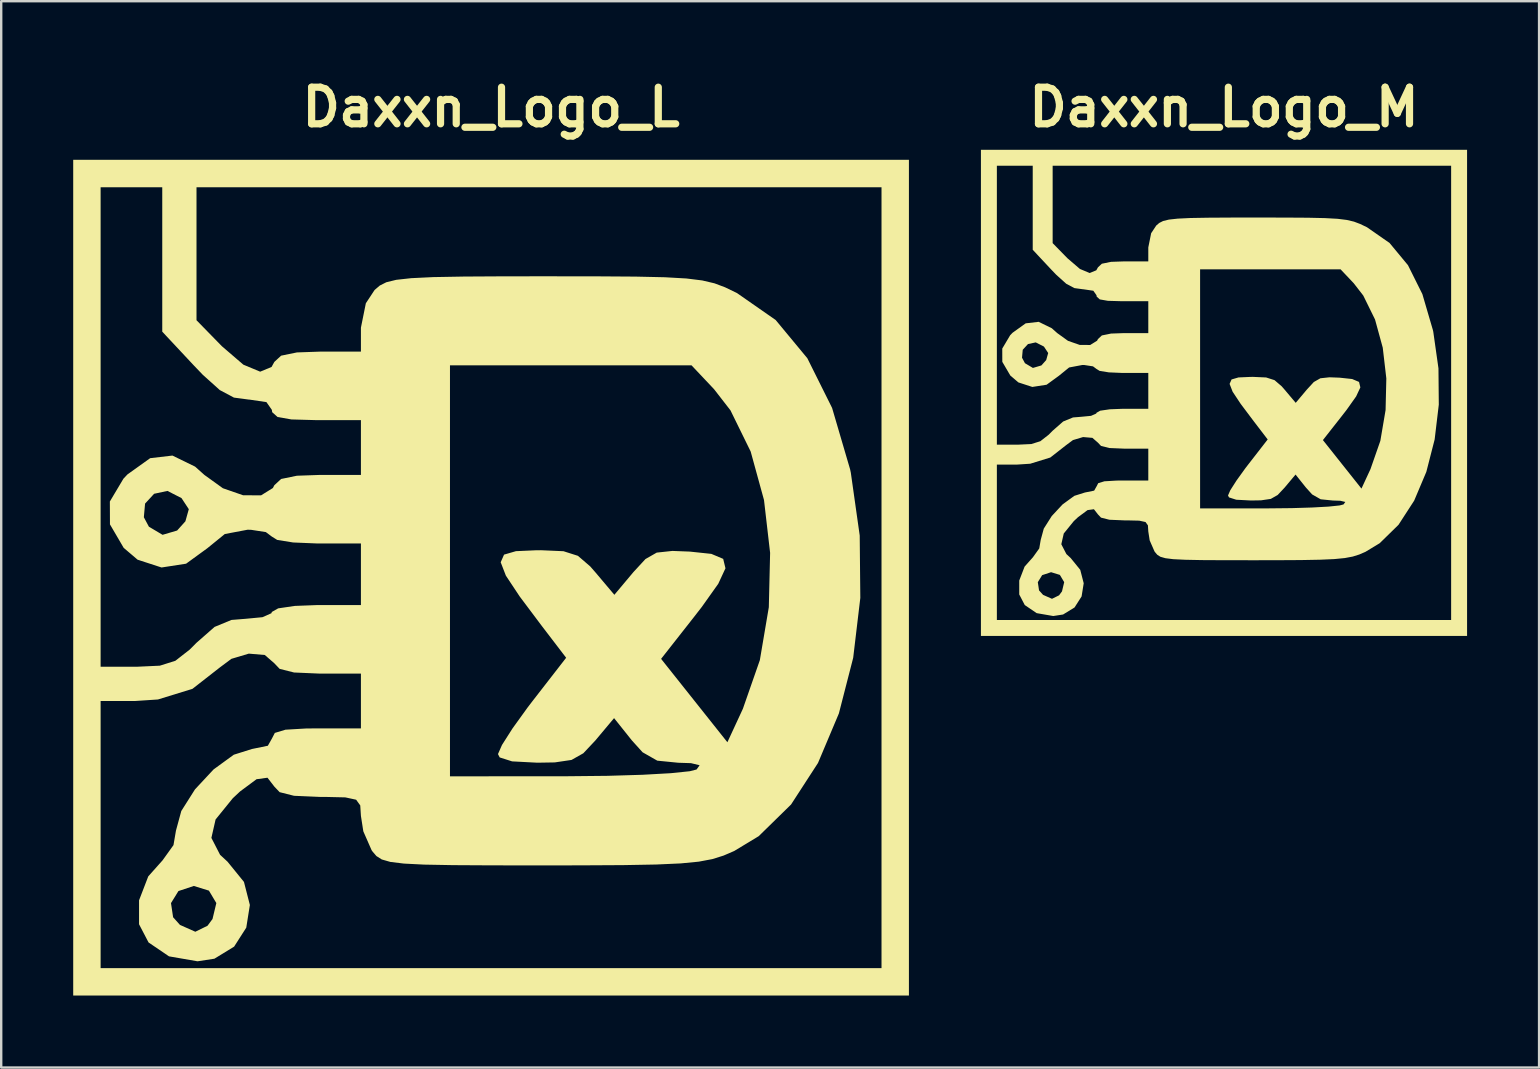
<source format=kicad_pcb>
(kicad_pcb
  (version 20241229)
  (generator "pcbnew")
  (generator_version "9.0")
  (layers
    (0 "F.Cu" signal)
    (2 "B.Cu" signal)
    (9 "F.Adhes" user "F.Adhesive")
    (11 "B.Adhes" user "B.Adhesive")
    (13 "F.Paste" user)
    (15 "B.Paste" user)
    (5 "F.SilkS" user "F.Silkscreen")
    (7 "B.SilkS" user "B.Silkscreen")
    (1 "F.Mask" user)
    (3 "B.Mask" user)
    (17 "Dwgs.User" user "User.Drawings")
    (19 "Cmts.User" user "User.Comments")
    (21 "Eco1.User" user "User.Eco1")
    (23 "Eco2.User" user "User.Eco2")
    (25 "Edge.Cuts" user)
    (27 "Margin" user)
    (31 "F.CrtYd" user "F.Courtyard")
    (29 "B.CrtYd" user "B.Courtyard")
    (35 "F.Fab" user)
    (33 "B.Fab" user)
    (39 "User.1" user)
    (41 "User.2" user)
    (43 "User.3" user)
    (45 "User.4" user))
  (footprint "Daxxn_Logo_M"
    (layer "F.Cu")
    (at 47.945 13.318)
    (property "Reference" "Daxxn_Logo_M" (at 0 -11.9 0) (layer "F.SilkS") (effects (font (size 1.524 1.524) (thickness 0.3))))
    (attr board_only exclude_from_pos_files exclude_from_bom)
    (fp_poly (pts (xy 10.127 10.127) (xy -10.127 10.127) (xy -10.127 9.463) (xy -9.463 9.463) (xy 9.463 9.463) (xy 9.463 -9.463) (xy -7.139 -9.463) (xy -7.139 -6.239) (xy -6.524 -5.61) (xy -6.003 -5.163) (xy -5.596 -4.993) (xy -5.32 -5.107) (xy -5.252 -5.229) (xy -5.088 -5.381) (xy -4.705 -5.459) (xy -4.156 -5.478) (xy -3.154 -5.478) (xy -3.154 -6.059) (xy -3.035 -6.651) (xy -2.822 -6.973) (xy -2.698 -7.079) (xy -2.538 -7.16) (xy -2.297 -7.219) (xy -1.934 -7.259) (xy -1.403 -7.285) (xy -0.662 -7.298) (xy 0.333 -7.304) (xy 1.334 -7.305) (xy 2.56 -7.303) (xy 3.503 -7.297) (xy 4.211 -7.281) (xy 4.734 -7.252) (xy 5.119 -7.204) (xy 5.415 -7.134) (xy 5.671 -7.037) (xy 5.937 -6.91) (xy 5.96 -6.898) (xy 6.898 -6.245) (xy 7.665 -5.319) (xy 8.265 -4.114) (xy 8.701 -2.625) (xy 8.719 -2.546) (xy 8.935 -1.021) (xy 8.949 0.49) (xy 8.776 1.942) (xy 8.43 3.29) (xy 7.923 4.49) (xy 7.271 5.496) (xy 6.486 6.264) (xy 5.893 6.623) (xy 5.634 6.735) (xy 5.364 6.82) (xy 5.033 6.882) (xy 4.595 6.925) (xy 4.002 6.951) (xy 3.205 6.966) (xy 2.158 6.972) (xy 1.256 6.973) (xy 0.022 6.972) (xy -0.923 6.967) (xy -1.62 6.953) (xy -2.112 6.929) (xy -2.441 6.888) (xy -2.649 6.829) (xy -2.779 6.746) (xy -2.872 6.637) (xy -2.896 6.604) (xy -3.096 6.147) (xy -3.154 5.774) (xy -3.17 5.519) (xy -3.27 5.381) (xy -3.532 5.324) (xy -4.034 5.312) (xy -4.156 5.312) (xy -4.775 5.286) (xy -5.124 5.198) (xy -5.252 5.063) (xy -5.419 4.848) (xy -5.684 4.884) (xy -6.084 5.181) (xy -6.259 5.345) (xy -6.676 5.859) (xy -6.778 6.306) (xy -6.567 6.715) (xy -6.386 6.883) (xy -5.989 7.373) (xy -5.845 7.932) (xy -5.933 8.481) (xy -6.227 8.941) (xy -6.705 9.234) (xy -7.114 9.297) (xy -7.805 9.177) (xy -8.301 8.84) (xy -8.531 8.399) (xy -8.531 7.887) (xy -7.757 7.887) (xy -7.706 8.229) (xy -7.539 8.415) (xy -7.167 8.58) (xy -6.872 8.435) (xy -6.75 8.272) (xy -6.658 7.886) (xy -6.838 7.584) (xy -7.205 7.471) (xy -7.576 7.594) (xy -7.757 7.887) (xy -8.531 7.887) (xy -8.531 7.819) (xy -8.308 7.239) (xy -7.961 6.849) (xy -7.697 6.481) (xy -7.637 6.129) (xy -7.508 5.655) (xy -7.176 5.131) (xy -6.881 4.814) (xy -0.996 4.814) (xy 1.868 4.812) (xy 2.823 4.802) (xy 3.674 4.776) (xy 4.358 4.738) (xy 4.817 4.69) (xy 4.98 4.648) (xy 5.054 4.545) (xy 4.845 4.495) (xy 4.536 4.485) (xy 4.028 4.434) (xy 3.672 4.231) (xy 3.412 3.943) (xy 2.981 3.403) (xy 2.528 3.944) (xy 2.236 4.255) (xy 1.95 4.417) (xy 1.544 4.477) (xy 1.121 4.484) (xy 0.51 4.452) (xy 0.209 4.355) (xy 0.167 4.275) (xy 0.264 4.054) (xy 0.521 3.652) (xy 0.886 3.145) (xy 0.994 3.004) (xy 1.82 1.941) (xy 1.236 1.178) (xy 0.693 0.455) (xy 0.359 -0.049) (xy 0.233 -0.374) (xy 0.315 -0.559) (xy 0.603 -0.643) (xy 1.099 -0.665) (xy 1.213 -0.666) (xy 1.755 -0.642) (xy 2.105 -0.53) (xy 2.404 -0.273) (xy 2.532 -0.126) (xy 2.988 0.415) (xy 3.449 -0.134) (xy 3.742 -0.452) (xy 4.015 -0.608) (xy 4.395 -0.649) (xy 4.818 -0.633) (xy 5.339 -0.577) (xy 5.626 -0.456) (xy 5.681 -0.228) (xy 5.506 0.147) (xy 5.105 0.712) (xy 4.903 0.972) (xy 4.121 1.967) (xy 4.924 2.978) (xy 5.727 3.988) (xy 6.103 3.176) (xy 6.514 1.998) (xy 6.732 0.716) (xy 6.763 -0.602) (xy 6.614 -1.883) (xy 6.292 -3.058) (xy 5.802 -4.055) (xy 5.405 -4.567) (xy 4.858 -5.146) (xy -0.996 -5.146) (xy -0.996 4.814) (xy -6.881 4.814) (xy -6.724 4.646) (xy -6.235 4.29) (xy -5.791 4.15) (xy -5.789 4.15) (xy -5.41 4.073) (xy -5.312 3.901) (xy -5.24 3.762) (xy -4.983 3.684) (xy -4.478 3.654) (xy -4.233 3.652) (xy -3.154 3.652) (xy -3.154 2.324) (xy -4.156 2.324) (xy -4.775 2.298) (xy -5.124 2.21) (xy -5.252 2.075) (xy -5.483 1.874) (xy -5.871 1.841) (xy -6.293 1.967) (xy -6.573 2.175) (xy -7.237 2.694) (xy -8.073 2.952) (xy -8.624 2.988) (xy -9.463 2.988) (xy -9.463 9.463) (xy -10.127 9.463) (xy -10.127 2.158) (xy -9.463 2.158) (xy -8.582 2.158) (xy -8.027 2.132) (xy -7.651 2.014) (xy -7.304 1.743) (xy -7.139 1.577) (xy -6.701 1.193) (xy -6.291 1.024) (xy -5.944 0.996) (xy -5.54 0.957) (xy -5.324 0.862) (xy -5.312 0.83) (xy -5.16 0.743) (xy -4.756 0.684) (xy -4.233 0.664) (xy -3.154 0.664) (xy -3.154 -0.83) (xy -4.233 -0.83) (xy -4.797 -0.854) (xy -5.183 -0.916) (xy -5.312 -0.996) (xy -5.458 -1.105) (xy -5.818 -1.16) (xy -5.901 -1.162) (xy -6.453 -1.058) (xy -6.876 -0.714) (xy -7.391 -0.339) (xy -7.986 -0.247) (xy -8.567 -0.436) (xy -8.903 -0.723) (xy -9.236 -1.292) (xy -9.237 -1.465) (xy -8.415 -1.465) (xy -8.293 -1.236) (xy -7.961 -1.039) (xy -7.608 -1.143) (xy -7.408 -1.366) (xy -7.325 -1.66) (xy -7.502 -1.929) (xy -7.843 -2.103) (xy -8.166 -2.034) (xy -8.385 -1.796) (xy -8.415 -1.465) (xy -9.237 -1.465) (xy -9.238 -1.847) (xy -8.91 -2.399) (xy -8.811 -2.503) (xy -8.262 -2.897) (xy -7.721 -2.96) (xy -7.174 -2.692) (xy -6.947 -2.49) (xy -6.5 -2.168) (xy -6.011 -1.998) (xy -5.575 -1.995) (xy -5.287 -2.173) (xy -5.252 -2.241) (xy -5.088 -2.393) (xy -4.705 -2.471) (xy -4.156 -2.49) (xy -3.154 -2.49) (xy -3.154 -3.818) (xy -4.233 -3.818) (xy -4.839 -3.835) (xy -5.175 -3.894) (xy -5.305 -4.011) (xy -5.312 -4.067) (xy -5.444 -4.255) (xy -5.858 -4.316) (xy -5.871 -4.316) (xy -6.232 -4.365) (xy -6.574 -4.547) (xy -6.987 -4.918) (xy -7.199 -5.139) (xy -7.969 -5.962) (xy -7.969 -9.463) (xy -9.463 -9.463) (xy -9.463 2.158) (xy -10.127 2.158) (xy -10.127 -10.127) (xy 10.127 -10.127)) (stroke (width 0) (type solid)) (fill yes) (layer "F.SilkS")))
  (footprint "Daxxn_Logo_L"
    (layer "F.Cu")
    (at 17.409 21.018)
    (property "Reference" "Daxxn_Logo_L" (at 0 -19.6 0) (layer "F.SilkS") (effects (font (size 1.524 1.524) (thickness 0.3))))
    (attr board_only exclude_from_pos_files exclude_from_bom)
    (fp_poly (pts (xy 17.409 17.409) (xy -17.409 17.409) (xy -17.409 16.267) (xy -16.267 16.267) (xy 16.267 16.267) (xy 16.267 -16.267) (xy -12.272 -16.267) (xy -12.272 -10.726) (xy -11.215 -9.644) (xy -10.32 -8.875) (xy -9.619 -8.583) (xy -9.146 -8.779) (xy -9.029 -8.99) (xy -8.747 -9.25) (xy -8.088 -9.385) (xy -7.144 -9.418) (xy -5.422 -9.418) (xy -5.422 -10.417) (xy -5.217 -11.433) (xy -4.852 -11.987) (xy -4.638 -12.17) (xy -4.363 -12.309) (xy -3.949 -12.41) (xy -3.324 -12.479) (xy -2.412 -12.523) (xy -1.138 -12.546) (xy 0.573 -12.556) (xy 2.293 -12.557) (xy 4.401 -12.555) (xy 6.022 -12.544) (xy 7.24 -12.517) (xy 8.138 -12.466) (xy 8.799 -12.384) (xy 9.309 -12.264) (xy 9.75 -12.098) (xy 10.206 -11.878) (xy 10.246 -11.858) (xy 11.858 -10.735) (xy 13.176 -9.144) (xy 14.208 -7.073) (xy 14.959 -4.513) (xy 14.988 -4.376) (xy 15.359 -1.756) (xy 15.384 0.842) (xy 15.087 3.338) (xy 14.491 5.656) (xy 13.621 7.719) (xy 12.499 9.449) (xy 11.151 10.769) (xy 10.131 11.386) (xy 9.686 11.578) (xy 9.221 11.724) (xy 8.653 11.831) (xy 7.9 11.904) (xy 6.879 11.95) (xy 5.51 11.975) (xy 3.709 11.985) (xy 2.16 11.987) (xy 0.038 11.985) (xy -1.586 11.976) (xy -2.785 11.954) (xy -3.631 11.911) (xy -4.196 11.842) (xy -4.554 11.739) (xy -4.777 11.597) (xy -4.938 11.409) (xy -4.978 11.352) (xy -5.322 10.568) (xy -5.422 9.925) (xy -5.45 9.487) (xy -5.622 9.25) (xy -6.072 9.153) (xy -6.934 9.133) (xy -7.144 9.133) (xy -8.208 9.087) (xy -8.808 8.936) (xy -9.029 8.704) (xy -9.315 8.334) (xy -9.771 8.396) (xy -10.459 8.907) (xy -10.76 9.189) (xy -11.477 10.073) (xy -11.652 10.841) (xy -11.29 11.545) (xy -10.979 11.833) (xy -10.295 12.675) (xy -10.049 13.636) (xy -10.199 14.58) (xy -10.705 15.371) (xy -11.526 15.874) (xy -12.229 15.982) (xy -13.418 15.776) (xy -14.27 15.197) (xy -14.666 14.439) (xy -14.666 13.558) (xy -13.335 13.558) (xy -13.247 14.147) (xy -12.961 14.466) (xy -12.321 14.751) (xy -11.813 14.501) (xy -11.605 14.22) (xy -11.446 13.556) (xy -11.755 13.038) (xy -12.386 12.843) (xy -13.025 13.056) (xy -13.335 13.558) (xy -14.666 13.558) (xy -14.666 13.441) (xy -14.282 12.444) (xy -13.685 11.774) (xy -13.231 11.141) (xy -13.128 10.537) (xy -12.906 9.721) (xy -12.336 8.82) (xy -11.829 8.276) (xy -1.712 8.276) (xy 3.211 8.272) (xy 4.854 8.255) (xy 6.315 8.211) (xy 7.492 8.145) (xy 8.282 8.063) (xy 8.562 7.991) (xy 8.689 7.814) (xy 8.329 7.727) (xy 7.798 7.71) (xy 6.925 7.623) (xy 6.313 7.274) (xy 5.865 6.778) (xy 5.125 5.851) (xy 4.346 6.781) (xy 3.844 7.315) (xy 3.352 7.593) (xy 2.655 7.696) (xy 1.926 7.708) (xy 0.877 7.653) (xy 0.359 7.488) (xy 0.288 7.349) (xy 0.455 6.969) (xy 0.895 6.278) (xy 1.523 5.407) (xy 1.709 5.164) (xy 3.128 3.336) (xy 2.125 2.025) (xy 1.192 0.782) (xy 0.617 -0.085) (xy 0.401 -0.643) (xy 0.541 -0.961) (xy 1.037 -1.105) (xy 1.888 -1.143) (xy 2.086 -1.144) (xy 3.017 -1.103) (xy 3.619 -0.911) (xy 4.132 -0.469) (xy 4.352 -0.217) (xy 5.137 0.713) (xy 5.929 -0.231) (xy 6.433 -0.777) (xy 6.902 -1.045) (xy 7.555 -1.115) (xy 8.283 -1.087) (xy 9.178 -0.992) (xy 9.671 -0.784) (xy 9.766 -0.392) (xy 9.466 0.253) (xy 8.776 1.224) (xy 8.429 1.67) (xy 7.084 3.382) (xy 8.465 5.119) (xy 9.846 6.856) (xy 10.492 5.46) (xy 11.198 3.436) (xy 11.572 1.23) (xy 11.626 -1.034) (xy 11.371 -3.237) (xy 10.816 -5.256) (xy 9.974 -6.972) (xy 9.292 -7.851) (xy 8.352 -8.847) (xy -1.712 -8.847) (xy -1.712 8.276) (xy -11.829 8.276) (xy -11.559 7.987) (xy -10.718 7.375) (xy -9.955 7.135) (xy -9.952 7.135) (xy -9.3 7.002) (xy -9.133 6.707) (xy -9.009 6.467) (xy -8.566 6.333) (xy -7.699 6.282) (xy -7.278 6.279) (xy -5.422 6.279) (xy -5.422 3.996) (xy -7.144 3.996) (xy -8.208 3.95) (xy -8.808 3.799) (xy -9.029 3.567) (xy -9.426 3.221) (xy -10.093 3.164) (xy -10.819 3.381) (xy -11.299 3.739) (xy -12.441 4.631) (xy -13.878 5.074) (xy -14.826 5.137) (xy -16.267 5.137) (xy -16.267 16.267) (xy -17.409 16.267) (xy -17.409 3.71) (xy -16.267 3.71) (xy -14.754 3.71) (xy -13.799 3.666) (xy -13.153 3.462) (xy -12.556 2.996) (xy -12.272 2.711) (xy -11.52 2.051) (xy -10.815 1.76) (xy -10.218 1.712) (xy -9.524 1.646) (xy -9.152 1.481) (xy -9.133 1.427) (xy -8.87 1.278) (xy -8.176 1.176) (xy -7.278 1.142) (xy -5.422 1.142) (xy -5.422 -1.427) (xy -7.278 -1.427) (xy -8.247 -1.467) (xy -8.911 -1.574) (xy -9.133 -1.712) (xy -9.384 -1.9) (xy -10.002 -1.995) (xy -10.145 -1.998) (xy -11.093 -1.819) (xy -11.821 -1.227) (xy -12.706 -0.583) (xy -13.729 -0.425) (xy -14.727 -0.75) (xy -15.306 -1.243) (xy -15.878 -2.221) (xy -15.879 -2.518) (xy -14.466 -2.518) (xy -14.256 -2.125) (xy -13.686 -1.786) (xy -13.08 -1.965) (xy -12.735 -2.349) (xy -12.593 -2.854) (xy -12.897 -3.316) (xy -13.482 -3.615) (xy -14.038 -3.496) (xy -14.415 -3.087) (xy -14.466 -2.518) (xy -15.879 -2.518) (xy -15.882 -3.175) (xy -15.317 -4.124) (xy -15.148 -4.303) (xy -14.203 -4.979) (xy -13.274 -5.088) (xy -12.332 -4.628) (xy -11.943 -4.281) (xy -11.174 -3.727) (xy -10.333 -3.435) (xy -9.583 -3.43) (xy -9.09 -3.736) (xy -9.029 -3.853) (xy -8.747 -4.113) (xy -8.088 -4.248) (xy -7.144 -4.281) (xy -5.422 -4.281) (xy -5.422 -6.564) (xy -7.278 -6.564) (xy -8.318 -6.593) (xy -8.896 -6.695) (xy -9.119 -6.895) (xy -9.133 -6.992) (xy -9.359 -7.315) (xy -10.07 -7.42) (xy -10.092 -7.42) (xy -10.713 -7.503) (xy -11.302 -7.817) (xy -12.012 -8.455) (xy -12.376 -8.835) (xy -13.699 -10.25) (xy -13.699 -16.267) (xy -16.267 -16.267) (xy -16.267 3.71) (xy -17.409 3.71) (xy -17.409 -17.409) (xy 17.409 -17.409)) (stroke (width 0) (type solid)) (fill yes) (layer "F.SilkS")))
  (gr_rect
    (start -3 -3)
    (end 61.072 41.427)
    (stroke (width 0.1) (type default))
    (fill no)
    (layer "Edge.Cuts")))
</source>
